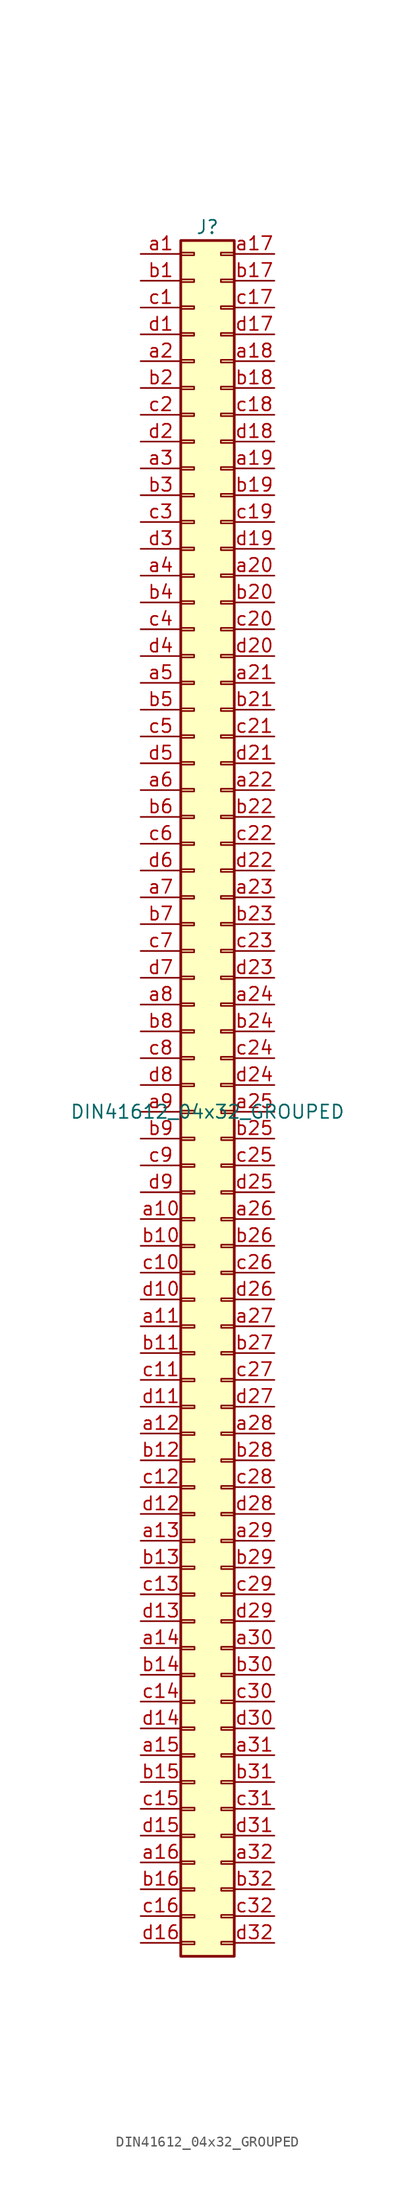
<source format=kicad_sym>
(kicad_symbol_lib
  (version 20231120)
  (generator "kicad_symbol_editor")
  (generator_version "8.0")
  (symbol "DIN41612_04x32_GROUPED"
    (pin_names
      (offset 1.016) hide)
    (property "Reference" "J"
      (at 0 82.55 0)
      (effects (font (size 1.27 1.27))))
    (property "Value" "DIN41612_04x32_GROUPED"
      (at 0 -1.27 0)
      (effects (font (size 1.27 1.27))))
    (symbol "DIN41612_04x32_GROUPED_1_0"
      (pin passive line (at -6.35 80.01 0) (length 3.81) (name "Pin_a1" (effects (font (size 1.27 1.27)))) (number "a1" (effects (font (size 1.27 1.27)))))
      (pin passive line (at 6.35 80.01 180) (length 3.81) (name "Pin_a17" (effects (font (size 1.27 1.27)))) (number "a17" (effects (font (size 1.27 1.27)))))
      (pin passive line (at 6.35 69.85 180) (length 3.81) (name "Pin_a18" (effects (font (size 1.27 1.27)))) (number "a18" (effects (font (size 1.27 1.27)))))
      (pin passive line (at 6.35 59.69 180) (length 3.81) (name "Pin_a19" (effects (font (size 1.27 1.27)))) (number "a19" (effects (font (size 1.27 1.27)))))
      (pin passive line (at -6.35 69.85 0) (length 3.81) (name "Pin_a2" (effects (font (size 1.27 1.27)))) (number "a2" (effects (font (size 1.27 1.27)))))
      (pin passive line (at 6.35 49.53 180) (length 3.81) (name "Pin_a20" (effects (font (size 1.27 1.27)))) (number "a20" (effects (font (size 1.27 1.27)))))
      (pin passive line (at 6.35 39.37 180) (length 3.81) (name "Pin_a21" (effects (font (size 1.27 1.27)))) (number "a21" (effects (font (size 1.27 1.27)))))
      (pin passive line (at 6.35 29.21 180) (length 3.81) (name "Pin_a22" (effects (font (size 1.27 1.27)))) (number "a22" (effects (font (size 1.27 1.27)))))
      (pin passive line (at 6.35 19.05 180) (length 3.81) (name "Pin_a23" (effects (font (size 1.27 1.27)))) (number "a23" (effects (font (size 1.27 1.27)))))
      (pin passive line (at 6.35 8.89 180) (length 3.81) (name "Pin_a24" (effects (font (size 1.27 1.27)))) (number "a24" (effects (font (size 1.27 1.27)))))
      (pin passive line (at -6.35 59.69 0) (length 3.81) (name "Pin_a3" (effects (font (size 1.27 1.27)))) (number "a3" (effects (font (size 1.27 1.27)))))
      (pin passive line (at -6.35 49.53 0) (length 3.81) (name "Pin_a4" (effects (font (size 1.27 1.27)))) (number "a4" (effects (font (size 1.27 1.27)))))
      (pin passive line (at -6.35 39.37 0) (length 3.81) (name "Pin_a5" (effects (font (size 1.27 1.27)))) (number "a5" (effects (font (size 1.27 1.27)))))
      (pin passive line (at -6.35 29.21 0) (length 3.81) (name "Pin_a6" (effects (font (size 1.27 1.27)))) (number "a6" (effects (font (size 1.27 1.27)))))
      (pin passive line (at -6.35 19.05 0) (length 3.81) (name "Pin_a7" (effects (font (size 1.27 1.27)))) (number "a7" (effects (font (size 1.27 1.27)))))
      (pin passive line (at -6.35 8.89 0) (length 3.81) (name "Pin_a8" (effects (font (size 1.27 1.27)))) (number "a8" (effects (font (size 1.27 1.27)))))
      (pin passive line (at -6.35 77.47 0) (length 3.81) (name "Pin_b1" (effects (font (size 1.27 1.27)))) (number "b1" (effects (font (size 1.27 1.27)))))
      (pin passive line (at 6.35 77.47 180) (length 3.81) (name "Pin_b17" (effects (font (size 1.27 1.27)))) (number "b17" (effects (font (size 1.27 1.27)))))
      (pin passive line (at 6.35 67.31 180) (length 3.81) (name "Pin_b18" (effects (font (size 1.27 1.27)))) (number "b18" (effects (font (size 1.27 1.27)))))
      (pin passive line (at 6.35 57.15 180) (length 3.81) (name "Pin_b19" (effects (font (size 1.27 1.27)))) (number "b19" (effects (font (size 1.27 1.27)))))
      (pin passive line (at -6.35 67.31 0) (length 3.81) (name "Pin_b2" (effects (font (size 1.27 1.27)))) (number "b2" (effects (font (size 1.27 1.27)))))
      (pin passive line (at 6.35 46.99 180) (length 3.81) (name "Pin_b20" (effects (font (size 1.27 1.27)))) (number "b20" (effects (font (size 1.27 1.27)))))
      (pin passive line (at 6.35 36.83 180) (length 3.81) (name "Pin_b21" (effects (font (size 1.27 1.27)))) (number "b21" (effects (font (size 1.27 1.27)))))
      (pin passive line (at 6.35 26.67 180) (length 3.81) (name "Pin_b22" (effects (font (size 1.27 1.27)))) (number "b22" (effects (font (size 1.27 1.27)))))
      (pin passive line (at 6.35 16.51 180) (length 3.81) (name "Pin_b23" (effects (font (size 1.27 1.27)))) (number "b23" (effects (font (size 1.27 1.27)))))
      (pin passive line (at 6.35 6.35 180) (length 3.81) (name "Pin_b24" (effects (font (size 1.27 1.27)))) (number "b24" (effects (font (size 1.27 1.27)))))
      (pin passive line (at -6.35 57.15 0) (length 3.81) (name "Pin_b3" (effects (font (size 1.27 1.27)))) (number "b3" (effects (font (size 1.27 1.27)))))
      (pin passive line (at -6.35 46.99 0) (length 3.81) (name "Pin_b4" (effects (font (size 1.27 1.27)))) (number "b4" (effects (font (size 1.27 1.27)))))
      (pin passive line (at -6.35 36.83 0) (length 3.81) (name "Pin_b5" (effects (font (size 1.27 1.27)))) (number "b5" (effects (font (size 1.27 1.27)))))
      (pin passive line (at -6.35 26.67 0) (length 3.81) (name "Pin_b6" (effects (font (size 1.27 1.27)))) (number "b6" (effects (font (size 1.27 1.27)))))
      (pin passive line (at -6.35 16.51 0) (length 3.81) (name "Pin_b7" (effects (font (size 1.27 1.27)))) (number "b7" (effects (font (size 1.27 1.27)))))
      (pin passive line (at -6.35 6.35 0) (length 3.81) (name "Pin_b8" (effects (font (size 1.27 1.27)))) (number "b8" (effects (font (size 1.27 1.27)))))
      (pin passive line (at -6.35 74.93 0) (length 3.81) (name "Pin_c1" (effects (font (size 1.27 1.27)))) (number "c1" (effects (font (size 1.27 1.27)))))
      (pin passive line (at 6.35 74.93 180) (length 3.81) (name "Pin_c17" (effects (font (size 1.27 1.27)))) (number "c17" (effects (font (size 1.27 1.27)))))
      (pin passive line (at 6.35 64.77 180) (length 3.81) (name "Pin_c18" (effects (font (size 1.27 1.27)))) (number "c18" (effects (font (size 1.27 1.27)))))
      (pin passive line (at 6.35 54.61 180) (length 3.81) (name "Pin_c19" (effects (font (size 1.27 1.27)))) (number "c19" (effects (font (size 1.27 1.27)))))
      (pin passive line (at -6.35 64.77 0) (length 3.81) (name "Pin_c2" (effects (font (size 1.27 1.27)))) (number "c2" (effects (font (size 1.27 1.27)))))
      (pin passive line (at 6.35 44.45 180) (length 3.81) (name "Pin_c20" (effects (font (size 1.27 1.27)))) (number "c20" (effects (font (size 1.27 1.27)))))
      (pin passive line (at 6.35 34.29 180) (length 3.81) (name "Pin_c21" (effects (font (size 1.27 1.27)))) (number "c21" (effects (font (size 1.27 1.27)))))
      (pin passive line (at 6.35 24.13 180) (length 3.81) (name "Pin_c22" (effects (font (size 1.27 1.27)))) (number "c22" (effects (font (size 1.27 1.27)))))
      (pin passive line (at 6.35 13.97 180) (length 3.81) (name "Pin_c23" (effects (font (size 1.27 1.27)))) (number "c23" (effects (font (size 1.27 1.27)))))
      (pin passive line (at 6.35 3.81 180) (length 3.81) (name "Pin_c24" (effects (font (size 1.27 1.27)))) (number "c24" (effects (font (size 1.27 1.27)))))
      (pin passive line (at -6.35 54.61 0) (length 3.81) (name "Pin_c3" (effects (font (size 1.27 1.27)))) (number "c3" (effects (font (size 1.27 1.27)))))
      (pin passive line (at -6.35 44.45 0) (length 3.81) (name "Pin_c4" (effects (font (size 1.27 1.27)))) (number "c4" (effects (font (size 1.27 1.27)))))
      (pin passive line (at -6.35 34.29 0) (length 3.81) (name "Pin_c5" (effects (font (size 1.27 1.27)))) (number "c5" (effects (font (size 1.27 1.27)))))
      (pin passive line (at -6.35 24.13 0) (length 3.81) (name "Pin_c6" (effects (font (size 1.27 1.27)))) (number "c6" (effects (font (size 1.27 1.27)))))
      (pin passive line (at -6.35 13.97 0) (length 3.81) (name "Pin_c7" (effects (font (size 1.27 1.27)))) (number "c7" (effects (font (size 1.27 1.27)))))
      (pin passive line (at -6.35 3.81 0) (length 3.81) (name "Pin_c8" (effects (font (size 1.27 1.27)))) (number "c8" (effects (font (size 1.27 1.27)))))
      (pin passive line (at -6.35 72.39 0) (length 3.81) (name "Pin_d1" (effects (font (size 1.27 1.27)))) (number "d1" (effects (font (size 1.27 1.27)))))
      (pin passive line (at 6.35 72.39 180) (length 3.81) (name "Pin_d17" (effects (font (size 1.27 1.27)))) (number "d17" (effects (font (size 1.27 1.27)))))
      (pin passive line (at 6.35 62.23 180) (length 3.81) (name "Pin_d18" (effects (font (size 1.27 1.27)))) (number "d18" (effects (font (size 1.27 1.27)))))
      (pin passive line (at 6.35 52.07 180) (length 3.81) (name "Pin_d19" (effects (font (size 1.27 1.27)))) (number "d19" (effects (font (size 1.27 1.27)))))
      (pin passive line (at -6.35 62.23 0) (length 3.81) (name "Pin_d2" (effects (font (size 1.27 1.27)))) (number "d2" (effects (font (size 1.27 1.27)))))
      (pin passive line (at 6.35 41.91 180) (length 3.81) (name "Pin_d20" (effects (font (size 1.27 1.27)))) (number "d20" (effects (font (size 1.27 1.27)))))
      (pin passive line (at 6.35 31.75 180) (length 3.81) (name "Pin_d21" (effects (font (size 1.27 1.27)))) (number "d21" (effects (font (size 1.27 1.27)))))
      (pin passive line (at 6.35 21.59 180) (length 3.81) (name "Pin_d22" (effects (font (size 1.27 1.27)))) (number "d22" (effects (font (size 1.27 1.27)))))
      (pin passive line (at 6.35 11.43 180) (length 3.81) (name "Pin_d23" (effects (font (size 1.27 1.27)))) (number "d23" (effects (font (size 1.27 1.27)))))
      (pin passive line (at 6.35 1.27 180) (length 3.81) (name "Pin_d24" (effects (font (size 1.27 1.27)))) (number "d24" (effects (font (size 1.27 1.27)))))
      (pin passive line (at -6.35 52.07 0) (length 3.81) (name "Pin_d3" (effects (font (size 1.27 1.27)))) (number "d3" (effects (font (size 1.27 1.27)))))
      (pin passive line (at -6.35 41.91 0) (length 3.81) (name "Pin_d4" (effects (font (size 1.27 1.27)))) (number "d4" (effects (font (size 1.27 1.27)))))
      (pin passive line (at -6.35 31.75 0) (length 3.81) (name "Pin_d5" (effects (font (size 1.27 1.27)))) (number "d5" (effects (font (size 1.27 1.27)))))
      (pin passive line (at -6.35 21.59 0) (length 3.81) (name "Pin_d6" (effects (font (size 1.27 1.27)))) (number "d6" (effects (font (size 1.27 1.27)))))
      (pin passive line (at -6.35 11.43 0) (length 3.81) (name "Pin_d7" (effects (font (size 1.27 1.27)))) (number "d7" (effects (font (size 1.27 1.27)))))
      (pin passive line (at -6.35 1.27 0) (length 3.81) (name "Pin_d8" (effects (font (size 1.27 1.27)))) (number "d8" (effects (font (size 1.27 1.27))))))
    (symbol "DIN41612_04x32_GROUPED_1_1"
      (rectangle (start -2.54 1.397) (end -1.27 1.143) (stroke (width 0.152) (type default)) (fill (type none)))
      (rectangle (start -2.54 3.937) (end -1.27 3.683) (stroke (width 0.152) (type default)) (fill (type none)))
      (rectangle (start -2.54 6.477) (end -1.27 6.223) (stroke (width 0.152) (type default)) (fill (type none)))
      (rectangle (start -2.54 9.017) (end -1.27 8.763) (stroke (width 0.152) (type default)) (fill (type none)))
      (rectangle (start -2.54 11.557) (end -1.27 11.303) (stroke (width 0.152) (type default)) (fill (type none)))
      (rectangle (start -2.54 14.097) (end -1.27 13.843) (stroke (width 0.152) (type default)) (fill (type none)))
      (rectangle (start -2.54 16.637) (end -1.27 16.383) (stroke (width 0.152) (type default)) (fill (type none)))
      (rectangle (start -2.54 19.177) (end -1.27 18.923) (stroke (width 0.152) (type default)) (fill (type none)))
      (rectangle (start -2.54 21.717) (end -1.27 21.463) (stroke (width 0.152) (type default)) (fill (type none)))
      (rectangle (start -2.54 24.257) (end -1.27 24.003) (stroke (width 0.152) (type default)) (fill (type none)))
      (rectangle (start -2.54 26.797) (end -1.27 26.543) (stroke (width 0.152) (type default)) (fill (type none)))
      (rectangle (start -2.54 29.337) (end -1.27 29.083) (stroke (width 0.152) (type default)) (fill (type none)))
      (rectangle (start -2.54 31.877) (end -1.27 31.623) (stroke (width 0.152) (type default)) (fill (type none)))
      (rectangle (start -2.54 34.417) (end -1.27 34.163) (stroke (width 0.152) (type default)) (fill (type none)))
      (rectangle (start -2.54 36.957) (end -1.27 36.703) (stroke (width 0.152) (type default)) (fill (type none)))
      (rectangle (start -2.54 39.497) (end -1.27 39.243) (stroke (width 0.152) (type default)) (fill (type none)))
      (rectangle (start -2.54 42.037) (end -1.27 41.783) (stroke (width 0.152) (type default)) (fill (type none)))
      (rectangle (start -2.54 44.577) (end -1.27 44.323) (stroke (width 0.152) (type default)) (fill (type none)))
      (rectangle (start -2.54 47.117) (end -1.27 46.863) (stroke (width 0.152) (type default)) (fill (type none)))
      (rectangle (start -2.54 49.657) (end -1.27 49.403) (stroke (width 0.152) (type default)) (fill (type none)))
      (rectangle (start -2.54 52.197) (end -1.27 51.943) (stroke (width 0.152) (type default)) (fill (type none)))
      (rectangle (start -2.54 54.737) (end -1.27 54.483) (stroke (width 0.152) (type default)) (fill (type none)))
      (rectangle (start -2.54 57.277) (end -1.27 57.023) (stroke (width 0.152) (type default)) (fill (type none)))
      (rectangle (start -2.54 59.817) (end -1.27 59.563) (stroke (width 0.152) (type default)) (fill (type none)))
      (rectangle (start -2.54 62.357) (end -1.27 62.103) (stroke (width 0.152) (type default)) (fill (type none)))
      (rectangle (start -2.54 64.897) (end -1.27 64.643) (stroke (width 0.152) (type default)) (fill (type none)))
      (rectangle (start -2.54 67.437) (end -1.27 67.183) (stroke (width 0.152) (type default)) (fill (type none)))
      (rectangle (start -2.54 69.977) (end -1.27 69.723) (stroke (width 0.152) (type default)) (fill (type none)))
      (rectangle (start -2.54 72.517) (end -1.27 72.263) (stroke (width 0.152) (type default)) (fill (type none)))
      (rectangle (start -2.54 75.057) (end -1.27 74.803) (stroke (width 0.152) (type default)) (fill (type none)))
      (rectangle (start -2.54 77.597) (end -1.27 77.343) (stroke (width 0.152) (type default)) (fill (type none)))
      (rectangle (start -2.54 80.137) (end -1.27 79.883) (stroke (width 0.152) (type default)) (fill (type none)))
      (rectangle (start -2.54 81.28) (end 2.54 -81.28) (stroke (width 0.254) (type default)) (fill (type background)))
      (rectangle (start -2.5 -79.9) (end -1.23 -80.154) (stroke (width 0.152) (type default)) (fill (type none)))
      (rectangle (start -2.5 -77.36) (end -1.23 -77.614) (stroke (width 0.152) (type default)) (fill (type none)))
      (rectangle (start -2.5 -74.82) (end -1.23 -75.074) (stroke (width 0.152) (type default)) (fill (type none)))
      (rectangle (start -2.5 -72.28) (end -1.23 -72.534) (stroke (width 0.152) (type default)) (fill (type none)))
      (rectangle (start -2.5 -69.74) (end -1.23 -69.994) (stroke (width 0.152) (type default)) (fill (type none)))
      (rectangle (start -2.5 -67.2) (end -1.23 -67.454) (stroke (width 0.152) (type default)) (fill (type none)))
      (rectangle (start -2.5 -64.66) (end -1.23 -64.914) (stroke (width 0.152) (type default)) (fill (type none)))
      (rectangle (start -2.5 -62.12) (end -1.23 -62.374) (stroke (width 0.152) (type default)) (fill (type none)))
      (rectangle (start -2.5 -59.58) (end -1.23 -59.834) (stroke (width 0.152) (type default)) (fill (type none)))
      (rectangle (start -2.5 -57.04) (end -1.23 -57.294) (stroke (width 0.152) (type default)) (fill (type none)))
      (rectangle (start -2.5 -54.5) (end -1.23 -54.754) (stroke (width 0.152) (type default)) (fill (type none)))
      (rectangle (start -2.5 -51.96) (end -1.23 -52.214) (stroke (width 0.152) (type default)) (fill (type none)))
      (rectangle (start -2.5 -49.42) (end -1.23 -49.674) (stroke (width 0.152) (type default)) (fill (type none)))
      (rectangle (start -2.5 -46.88) (end -1.23 -47.134) (stroke (width 0.152) (type default)) (fill (type none)))
      (rectangle (start -2.5 -44.34) (end -1.23 -44.594) (stroke (width 0.152) (type default)) (fill (type none)))
      (rectangle (start -2.5 -41.8) (end -1.23 -42.054) (stroke (width 0.152) (type default)) (fill (type none)))
      (rectangle (start -2.5 -39.26) (end -1.23 -39.514) (stroke (width 0.152) (type default)) (fill (type none)))
      (rectangle (start -2.5 -36.72) (end -1.23 -36.974) (stroke (width 0.152) (type default)) (fill (type none)))
      (rectangle (start -2.5 -34.18) (end -1.23 -34.434) (stroke (width 0.152) (type default)) (fill (type none)))
      (rectangle (start -2.5 -31.64) (end -1.23 -31.894) (stroke (width 0.152) (type default)) (fill (type none)))
      (rectangle (start -2.5 -29.1) (end -1.23 -29.354) (stroke (width 0.152) (type default)) (fill (type none)))
      (rectangle (start -2.5 -26.56) (end -1.23 -26.814) (stroke (width 0.152) (type default)) (fill (type none)))
      (rectangle (start -2.5 -24.02) (end -1.23 -24.274) (stroke (width 0.152) (type default)) (fill (type none)))
      (rectangle (start -2.5 -21.48) (end -1.23 -21.734) (stroke (width 0.152) (type default)) (fill (type none)))
      (rectangle (start -2.5 -18.94) (end -1.23 -19.194) (stroke (width 0.152) (type default)) (fill (type none)))
      (rectangle (start -2.5 -16.4) (end -1.23 -16.654) (stroke (width 0.152) (type default)) (fill (type none)))
      (rectangle (start -2.5 -13.86) (end -1.23 -14.114) (stroke (width 0.152) (type default)) (fill (type none)))
      (rectangle (start -2.5 -11.32) (end -1.23 -11.574) (stroke (width 0.152) (type default)) (fill (type none)))
      (rectangle (start -2.5 -8.78) (end -1.23 -9.034) (stroke (width 0.152) (type default)) (fill (type none)))
      (rectangle (start -2.5 -6.24) (end -1.23 -6.494) (stroke (width 0.152) (type default)) (fill (type none)))
      (rectangle (start -2.5 -3.7) (end -1.23 -3.954) (stroke (width 0.152) (type default)) (fill (type none)))
      (rectangle (start -2.5 -1.16) (end -1.23 -1.414) (stroke (width 0.152) (type default)) (fill (type none)))
      (rectangle (start 1.3 -79.9) (end 2.57 -80.154) (stroke (width 0.152) (type default)) (fill (type none)))
      (rectangle (start 1.3 -77.36) (end 2.57 -77.614) (stroke (width 0.152) (type default)) (fill (type none)))
      (rectangle (start 1.3 -74.82) (end 2.57 -75.074) (stroke (width 0.152) (type default)) (fill (type none)))
      (rectangle (start 1.3 -72.28) (end 2.57 -72.534) (stroke (width 0.152) (type default)) (fill (type none)))
      (rectangle (start 1.3 -69.74) (end 2.57 -69.994) (stroke (width 0.152) (type default)) (fill (type none)))
      (rectangle (start 1.3 -67.2) (end 2.57 -67.454) (stroke (width 0.152) (type default)) (fill (type none)))
      (rectangle (start 1.3 -64.66) (end 2.57 -64.914) (stroke (width 0.152) (type default)) (fill (type none)))
      (rectangle (start 1.3 -62.12) (end 2.57 -62.374) (stroke (width 0.152) (type default)) (fill (type none)))
      (rectangle (start 1.3 -59.58) (end 2.57 -59.834) (stroke (width 0.152) (type default)) (fill (type none)))
      (rectangle (start 1.3 -57.04) (end 2.57 -57.294) (stroke (width 0.152) (type default)) (fill (type none)))
      (rectangle (start 1.3 -54.5) (end 2.57 -54.754) (stroke (width 0.152) (type default)) (fill (type none)))
      (rectangle (start 1.3 -51.96) (end 2.57 -52.214) (stroke (width 0.152) (type default)) (fill (type none)))
      (rectangle (start 1.3 -49.42) (end 2.57 -49.674) (stroke (width 0.152) (type default)) (fill (type none)))
      (rectangle (start 1.3 -46.88) (end 2.57 -47.134) (stroke (width 0.152) (type default)) (fill (type none)))
      (rectangle (start 1.3 -44.34) (end 2.57 -44.594) (stroke (width 0.152) (type default)) (fill (type none)))
      (rectangle (start 1.3 -41.8) (end 2.57 -42.054) (stroke (width 0.152) (type default)) (fill (type none)))
      (rectangle (start 1.3 -39.26) (end 2.57 -39.514) (stroke (width 0.152) (type default)) (fill (type none)))
      (rectangle (start 1.3 -36.72) (end 2.57 -36.974) (stroke (width 0.152) (type default)) (fill (type none)))
      (rectangle (start 1.3 -34.18) (end 2.57 -34.434) (stroke (width 0.152) (type default)) (fill (type none)))
      (rectangle (start 1.3 -31.64) (end 2.57 -31.894) (stroke (width 0.152) (type default)) (fill (type none)))
      (rectangle (start 1.3 -29.1) (end 2.57 -29.354) (stroke (width 0.152) (type default)) (fill (type none)))
      (rectangle (start 1.3 -26.56) (end 2.57 -26.814) (stroke (width 0.152) (type default)) (fill (type none)))
      (rectangle (start 1.3 -24.02) (end 2.57 -24.274) (stroke (width 0.152) (type default)) (fill (type none)))
      (rectangle (start 1.3 -21.48) (end 2.57 -21.734) (stroke (width 0.152) (type default)) (fill (type none)))
      (rectangle (start 1.3 -18.94) (end 2.57 -19.194) (stroke (width 0.152) (type default)) (fill (type none)))
      (rectangle (start 1.3 -16.4) (end 2.57 -16.654) (stroke (width 0.152) (type default)) (fill (type none)))
      (rectangle (start 1.3 -13.86) (end 2.57 -14.114) (stroke (width 0.152) (type default)) (fill (type none)))
      (rectangle (start 1.3 -11.32) (end 2.57 -11.574) (stroke (width 0.152) (type default)) (fill (type none)))
      (rectangle (start 1.3 -8.78) (end 2.57 -9.034) (stroke (width 0.152) (type default)) (fill (type none)))
      (rectangle (start 1.3 -6.24) (end 2.57 -6.494) (stroke (width 0.152) (type default)) (fill (type none)))
      (rectangle (start 1.3 -3.7) (end 2.57 -3.954) (stroke (width 0.152) (type default)) (fill (type none)))
      (rectangle (start 1.3 -1.16) (end 2.57 -1.414) (stroke (width 0.152) (type default)) (fill (type none)))
      (rectangle (start 2.54 1.397) (end 1.27 1.143) (stroke (width 0.152) (type default)) (fill (type none)))
      (rectangle (start 2.54 3.937) (end 1.27 3.683) (stroke (width 0.152) (type default)) (fill (type none)))
      (rectangle (start 2.54 6.477) (end 1.27 6.223) (stroke (width 0.152) (type default)) (fill (type none)))
      (rectangle (start 2.54 9.017) (end 1.27 8.763) (stroke (width 0.152) (type default)) (fill (type none)))
      (rectangle (start 2.54 11.557) (end 1.27 11.303) (stroke (width 0.152) (type default)) (fill (type none)))
      (rectangle (start 2.54 14.097) (end 1.27 13.843) (stroke (width 0.152) (type default)) (fill (type none)))
      (rectangle (start 2.54 16.637) (end 1.27 16.383) (stroke (width 0.152) (type default)) (fill (type none)))
      (rectangle (start 2.54 19.177) (end 1.27 18.923) (stroke (width 0.152) (type default)) (fill (type none)))
      (rectangle (start 2.54 21.717) (end 1.27 21.463) (stroke (width 0.152) (type default)) (fill (type none)))
      (rectangle (start 2.54 24.257) (end 1.27 24.003) (stroke (width 0.152) (type default)) (fill (type none)))
      (rectangle (start 2.54 26.797) (end 1.27 26.543) (stroke (width 0.152) (type default)) (fill (type none)))
      (rectangle (start 2.54 29.337) (end 1.27 29.083) (stroke (width 0.152) (type default)) (fill (type none)))
      (rectangle (start 2.54 31.877) (end 1.27 31.623) (stroke (width 0.152) (type default)) (fill (type none)))
      (rectangle (start 2.54 34.417) (end 1.27 34.163) (stroke (width 0.152) (type default)) (fill (type none)))
      (rectangle (start 2.54 36.957) (end 1.27 36.703) (stroke (width 0.152) (type default)) (fill (type none)))
      (rectangle (start 2.54 39.497) (end 1.27 39.243) (stroke (width 0.152) (type default)) (fill (type none)))
      (rectangle (start 2.54 42.037) (end 1.27 41.783) (stroke (width 0.152) (type default)) (fill (type none)))
      (rectangle (start 2.54 44.577) (end 1.27 44.323) (stroke (width 0.152) (type default)) (fill (type none)))
      (rectangle (start 2.54 47.117) (end 1.27 46.863) (stroke (width 0.152) (type default)) (fill (type none)))
      (rectangle (start 2.54 49.657) (end 1.27 49.403) (stroke (width 0.152) (type default)) (fill (type none)))
      (rectangle (start 2.54 52.197) (end 1.27 51.943) (stroke (width 0.152) (type default)) (fill (type none)))
      (rectangle (start 2.54 54.737) (end 1.27 54.483) (stroke (width 0.152) (type default)) (fill (type none)))
      (rectangle (start 2.54 57.277) (end 1.27 57.023) (stroke (width 0.152) (type default)) (fill (type none)))
      (rectangle (start 2.54 59.817) (end 1.27 59.563) (stroke (width 0.152) (type default)) (fill (type none)))
      (rectangle (start 2.54 62.357) (end 1.27 62.103) (stroke (width 0.152) (type default)) (fill (type none)))
      (rectangle (start 2.54 64.897) (end 1.27 64.643) (stroke (width 0.152) (type default)) (fill (type none)))
      (rectangle (start 2.54 67.437) (end 1.27 67.183) (stroke (width 0.152) (type default)) (fill (type none)))
      (rectangle (start 2.54 69.977) (end 1.27 69.723) (stroke (width 0.152) (type default)) (fill (type none)))
      (rectangle (start 2.54 72.517) (end 1.27 72.263) (stroke (width 0.152) (type default)) (fill (type none)))
      (rectangle (start 2.54 75.057) (end 1.27 74.803) (stroke (width 0.152) (type default)) (fill (type none)))
      (rectangle (start 2.54 77.597) (end 1.27 77.343) (stroke (width 0.152) (type default)) (fill (type none)))
      (rectangle (start 2.54 80.137) (end 1.27 79.883) (stroke (width 0.152) (type default)) (fill (type none)))
      (pin passive line (at -6.35 -11.43 0) (length 3.81) (name "Pin_a10" (effects (font (size 1.27 1.27)))) (number "a10" (effects (font (size 1.27 1.27)))))
      (pin passive line (at -6.35 -21.59 0) (length 3.81) (name "Pin_a11" (effects (font (size 1.27 1.27)))) (number "a11" (effects (font (size 1.27 1.27)))))
      (pin passive line (at -6.35 -31.75 0) (length 3.81) (name "Pin_a12" (effects (font (size 1.27 1.27)))) (number "a12" (effects (font (size 1.27 1.27)))))
      (pin passive line (at -6.35 -41.91 0) (length 3.81) (name "Pin_a13" (effects (font (size 1.27 1.27)))) (number "a13" (effects (font (size 1.27 1.27)))))
      (pin passive line (at -6.35 -52.07 0) (length 3.81) (name "Pin_a14" (effects (font (size 1.27 1.27)))) (number "a14" (effects (font (size 1.27 1.27)))))
      (pin passive line (at -6.35 -62.23 0) (length 3.81) (name "Pin_a15" (effects (font (size 1.27 1.27)))) (number "a15" (effects (font (size 1.27 1.27)))))
      (pin passive line (at -6.35 -72.39 0) (length 3.81) (name "Pin_a16" (effects (font (size 1.27 1.27)))) (number "a16" (effects (font (size 1.27 1.27)))))
      (pin passive line (at 6.35 -1.27 180) (length 3.81) (name "Pin_a25" (effects (font (size 1.27 1.27)))) (number "a25" (effects (font (size 1.27 1.27)))))
      (pin passive line (at 6.35 -11.43 180) (length 3.81) (name "Pin_a26" (effects (font (size 1.27 1.27)))) (number "a26" (effects (font (size 1.27 1.27)))))
      (pin passive line (at 6.35 -21.59 180) (length 3.81) (name "Pin_a27" (effects (font (size 1.27 1.27)))) (number "a27" (effects (font (size 1.27 1.27)))))
      (pin passive line (at 6.35 -31.75 180) (length 3.81) (name "Pin_a28" (effects (font (size 1.27 1.27)))) (number "a28" (effects (font (size 1.27 1.27)))))
      (pin passive line (at 6.35 -41.91 180) (length 3.81) (name "Pin_a29" (effects (font (size 1.27 1.27)))) (number "a29" (effects (font (size 1.27 1.27)))))
      (pin passive line (at 6.35 -52.07 180) (length 3.81) (name "Pin_a30" (effects (font (size 1.27 1.27)))) (number "a30" (effects (font (size 1.27 1.27)))))
      (pin passive line (at 6.35 -62.23 180) (length 3.81) (name "Pin_a31" (effects (font (size 1.27 1.27)))) (number "a31" (effects (font (size 1.27 1.27)))))
      (pin passive line (at 6.35 -72.39 180) (length 3.81) (name "Pin_a32" (effects (font (size 1.27 1.27)))) (number "a32" (effects (font (size 1.27 1.27)))))
      (pin passive line (at -6.35 -1.27 0) (length 3.81) (name "Pin_a9" (effects (font (size 1.27 1.27)))) (number "a9" (effects (font (size 1.27 1.27)))))
      (pin passive line (at -6.35 -13.97 0) (length 3.81) (name "Pin_b10" (effects (font (size 1.27 1.27)))) (number "b10" (effects (font (size 1.27 1.27)))))
      (pin passive line (at -6.35 -24.13 0) (length 3.81) (name "Pin_b11" (effects (font (size 1.27 1.27)))) (number "b11" (effects (font (size 1.27 1.27)))))
      (pin passive line (at -6.35 -34.29 0) (length 3.81) (name "Pin_b12" (effects (font (size 1.27 1.27)))) (number "b12" (effects (font (size 1.27 1.27)))))
      (pin passive line (at -6.35 -44.45 0) (length 3.81) (name "Pin_b13" (effects (font (size 1.27 1.27)))) (number "b13" (effects (font (size 1.27 1.27)))))
      (pin passive line (at -6.35 -54.61 0) (length 3.81) (name "Pin_b14" (effects (font (size 1.27 1.27)))) (number "b14" (effects (font (size 1.27 1.27)))))
      (pin passive line (at -6.35 -64.77 0) (length 3.81) (name "Pin_b15" (effects (font (size 1.27 1.27)))) (number "b15" (effects (font (size 1.27 1.27)))))
      (pin passive line (at -6.35 -74.93 0) (length 3.81) (name "Pin_b16" (effects (font (size 1.27 1.27)))) (number "b16" (effects (font (size 1.27 1.27)))))
      (pin passive line (at 6.35 -3.81 180) (length 3.81) (name "Pin_b25" (effects (font (size 1.27 1.27)))) (number "b25" (effects (font (size 1.27 1.27)))))
      (pin passive line (at 6.35 -13.97 180) (length 3.81) (name "Pin_b26" (effects (font (size 1.27 1.27)))) (number "b26" (effects (font (size 1.27 1.27)))))
      (pin passive line (at 6.35 -24.13 180) (length 3.81) (name "Pin_b27" (effects (font (size 1.27 1.27)))) (number "b27" (effects (font (size 1.27 1.27)))))
      (pin passive line (at 6.35 -34.29 180) (length 3.81) (name "Pin_b28" (effects (font (size 1.27 1.27)))) (number "b28" (effects (font (size 1.27 1.27)))))
      (pin passive line (at 6.35 -44.45 180) (length 3.81) (name "Pin_b29" (effects (font (size 1.27 1.27)))) (number "b29" (effects (font (size 1.27 1.27)))))
      (pin passive line (at 6.35 -54.61 180) (length 3.81) (name "Pin_b30" (effects (font (size 1.27 1.27)))) (number "b30" (effects (font (size 1.27 1.27)))))
      (pin passive line (at 6.35 -64.77 180) (length 3.81) (name "Pin_b31" (effects (font (size 1.27 1.27)))) (number "b31" (effects (font (size 1.27 1.27)))))
      (pin passive line (at 6.35 -74.93 180) (length 3.81) (name "Pin_b32" (effects (font (size 1.27 1.27)))) (number "b32" (effects (font (size 1.27 1.27)))))
      (pin passive line (at -6.35 -3.81 0) (length 3.81) (name "Pin_b9" (effects (font (size 1.27 1.27)))) (number "b9" (effects (font (size 1.27 1.27)))))
      (pin passive line (at -6.35 -16.51 0) (length 3.81) (name "Pin_c10" (effects (font (size 1.27 1.27)))) (number "c10" (effects (font (size 1.27 1.27)))))
      (pin passive line (at -6.35 -26.67 0) (length 3.81) (name "Pin_c11" (effects (font (size 1.27 1.27)))) (number "c11" (effects (font (size 1.27 1.27)))))
      (pin passive line (at -6.35 -36.83 0) (length 3.81) (name "Pin_c12" (effects (font (size 1.27 1.27)))) (number "c12" (effects (font (size 1.27 1.27)))))
      (pin passive line (at -6.35 -46.99 0) (length 3.81) (name "Pin_c13" (effects (font (size 1.27 1.27)))) (number "c13" (effects (font (size 1.27 1.27)))))
      (pin passive line (at -6.35 -57.15 0) (length 3.81) (name "Pin_c14" (effects (font (size 1.27 1.27)))) (number "c14" (effects (font (size 1.27 1.27)))))
      (pin passive line (at -6.35 -67.31 0) (length 3.81) (name "Pin_c15" (effects (font (size 1.27 1.27)))) (number "c15" (effects (font (size 1.27 1.27)))))
      (pin passive line (at -6.35 -77.47 0) (length 3.81) (name "Pin_c16" (effects (font (size 1.27 1.27)))) (number "c16" (effects (font (size 1.27 1.27)))))
      (pin passive line (at 6.35 -6.35 180) (length 3.81) (name "Pin_c25" (effects (font (size 1.27 1.27)))) (number "c25" (effects (font (size 1.27 1.27)))))
      (pin passive line (at 6.35 -16.51 180) (length 3.81) (name "Pin_c26" (effects (font (size 1.27 1.27)))) (number "c26" (effects (font (size 1.27 1.27)))))
      (pin passive line (at 6.35 -26.67 180) (length 3.81) (name "Pin_c27" (effects (font (size 1.27 1.27)))) (number "c27" (effects (font (size 1.27 1.27)))))
      (pin passive line (at 6.35 -36.83 180) (length 3.81) (name "Pin_c28" (effects (font (size 1.27 1.27)))) (number "c28" (effects (font (size 1.27 1.27)))))
      (pin passive line (at 6.35 -46.99 180) (length 3.81) (name "Pin_c29" (effects (font (size 1.27 1.27)))) (number "c29" (effects (font (size 1.27 1.27)))))
      (pin passive line (at 6.35 -57.15 180) (length 3.81) (name "Pin_c30" (effects (font (size 1.27 1.27)))) (number "c30" (effects (font (size 1.27 1.27)))))
      (pin passive line (at 6.35 -67.31 180) (length 3.81) (name "Pin_c31" (effects (font (size 1.27 1.27)))) (number "c31" (effects (font (size 1.27 1.27)))))
      (pin passive line (at 6.35 -77.47 180) (length 3.81) (name "Pin_c32" (effects (font (size 1.27 1.27)))) (number "c32" (effects (font (size 1.27 1.27)))))
      (pin passive line (at -6.35 -6.35 0) (length 3.81) (name "Pin_c9" (effects (font (size 1.27 1.27)))) (number "c9" (effects (font (size 1.27 1.27)))))
      (pin passive line (at -6.35 -19.05 0) (length 3.81) (name "Pin_d10" (effects (font (size 1.27 1.27)))) (number "d10" (effects (font (size 1.27 1.27)))))
      (pin passive line (at -6.35 -29.21 0) (length 3.81) (name "Pin_d11" (effects (font (size 1.27 1.27)))) (number "d11" (effects (font (size 1.27 1.27)))))
      (pin passive line (at -6.35 -39.37 0) (length 3.81) (name "Pin_d12" (effects (font (size 1.27 1.27)))) (number "d12" (effects (font (size 1.27 1.27)))))
      (pin passive line (at -6.35 -49.53 0) (length 3.81) (name "Pin_d13" (effects (font (size 1.27 1.27)))) (number "d13" (effects (font (size 1.27 1.27)))))
      (pin passive line (at -6.35 -59.69 0) (length 3.81) (name "Pin_d14" (effects (font (size 1.27 1.27)))) (number "d14" (effects (font (size 1.27 1.27)))))
      (pin passive line (at -6.35 -69.85 0) (length 3.81) (name "Pin_d15" (effects (font (size 1.27 1.27)))) (number "d15" (effects (font (size 1.27 1.27)))))
      (pin passive line (at -6.35 -80.01 0) (length 3.81) (name "Pin_d16" (effects (font (size 1.27 1.27)))) (number "d16" (effects (font (size 1.27 1.27)))))
      (pin passive line (at 6.35 -8.89 180) (length 3.81) (name "Pin_d25" (effects (font (size 1.27 1.27)))) (number "d25" (effects (font (size 1.27 1.27)))))
      (pin passive line (at 6.35 -19.05 180) (length 3.81) (name "Pin_d26" (effects (font (size 1.27 1.27)))) (number "d26" (effects (font (size 1.27 1.27)))))
      (pin passive line (at 6.35 -29.21 180) (length 3.81) (name "Pin_d27" (effects (font (size 1.27 1.27)))) (number "d27" (effects (font (size 1.27 1.27)))))
      (pin passive line (at 6.35 -39.37 180) (length 3.81) (name "Pin_d28" (effects (font (size 1.27 1.27)))) (number "d28" (effects (font (size 1.27 1.27)))))
      (pin passive line (at 6.35 -49.53 180) (length 3.81) (name "Pin_d29" (effects (font (size 1.27 1.27)))) (number "d29" (effects (font (size 1.27 1.27)))))
      (pin passive line (at 6.35 -59.69 180) (length 3.81) (name "Pin_d30" (effects (font (size 1.27 1.27)))) (number "d30" (effects (font (size 1.27 1.27)))))
      (pin passive line (at 6.35 -69.85 180) (length 3.81) (name "Pin_d31" (effects (font (size 1.27 1.27)))) (number "d31" (effects (font (size 1.27 1.27)))))
      (pin passive line (at 6.35 -80.01 180) (length 3.81) (name "Pin_d32" (effects (font (size 1.27 1.27)))) (number "d32" (effects (font (size 1.27 1.27)))))
      (pin passive line (at -6.35 -8.89 0) (length 3.81) (name "Pin_d9" (effects (font (size 1.27 1.27)))) (number "d9" (effects (font (size 1.27 1.27))))))))
</source>
